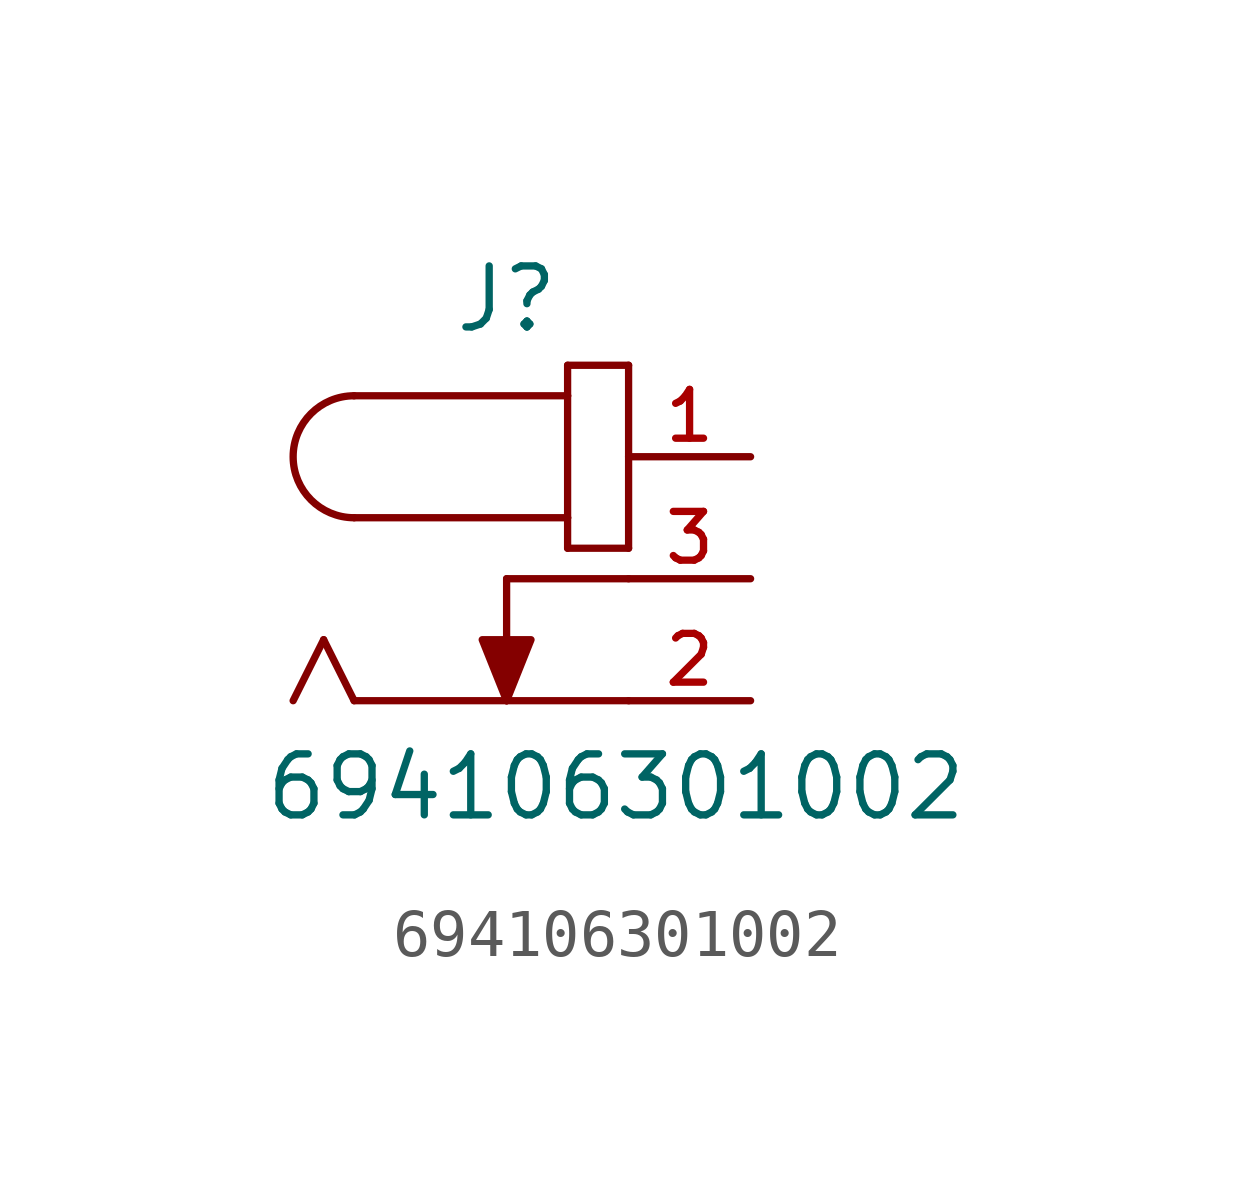
<source format=kicad_sym>
(kicad_symbol_lib
  (version 20211014)
  (generator kicad_symbol_editor)
  (symbol "694106301002"
    (pin_names
      (offset 1.016))
    (property "Reference" "J"
      (at 0.0 2.54 0)
      (effects (font (size 1.27 1.27)) (justify bottom)))
    (property "Value" "694106301002"
      (at -5.08 -7.62 0)
      (effects (font (size 1.27 1.27)) (justify bottom left)))
    (symbol "694106301002_0_0"
      (arc (start -3.175 1.27) (mid -4.445 -0.0) (end -3.175 -1.27) (stroke (width 0.1524) (type default) (color 0 0 0 0)) (fill (type none)))
      (polyline (pts (xy -3.175 1.27) (xy 1.27 1.27)) (stroke (width 0.152)))
      (polyline (pts (xy 1.27 1.27) (xy 1.27 -1.27)) (stroke (width 0.152)))
      (polyline (pts (xy 1.27 -1.27) (xy -3.175 -1.27)) (stroke (width 0.152)))
      (polyline (pts (xy 1.27 -1.27) (xy 1.27 -1.905)) (stroke (width 0.152)))
      (polyline (pts (xy 1.27 -1.905) (xy 2.54 -1.905)) (stroke (width 0.152)))
      (polyline (pts (xy 2.54 -1.905) (xy 2.54 1.905)) (stroke (width 0.152)))
      (polyline (pts (xy 2.54 1.905) (xy 1.27 1.905)) (stroke (width 0.152)))
      (polyline (pts (xy 1.27 1.905) (xy 1.27 1.27)) (stroke (width 0.152)))
      (polyline (pts (xy 0.0 -5.08) (xy -3.175 -5.08)) (stroke (width 0.152)))
      (polyline (pts (xy -3.175 -5.08) (xy -3.81 -3.81)) (stroke (width 0.152)))
      (polyline (pts (xy -3.81 -3.81) (xy -4.445 -5.08)) (stroke (width 0.152)))
      (polyline (pts (xy 0.0 -2.54) (xy 0.0 -5.08)) (stroke (width 0.152)))
      (polyline (pts (xy 2.54 -5.08) (xy 0.0 -5.08)) (stroke (width 0.152)))
      (polyline (pts (xy 0.0 -2.54) (xy 2.54 -2.54)) (stroke (width 0.152)))
      (polyline (pts (xy 0.0 -5.08) (xy -0.508 -3.81) (xy 0.508 -3.81) (xy 0.0 -5.08)) (stroke (width 0.152)) (fill (type outline)))
      (pin passive line (at 5.08 0.0 180.0) (length 2.54) (name "~" (effects (font (size 1.016 1.016)))) (number "1" (effects (font (size 1.016 1.016)))))
      (pin passive line (at 5.08 -5.08 180.0) (length 2.54) (name "~" (effects (font (size 1.016 1.016)))) (number "2" (effects (font (size 1.016 1.016)))))
      (pin passive line (at 5.08 -2.54 180.0) (length 2.54) (name "~" (effects (font (size 1.016 1.016)))) (number "3" (effects (font (size 1.016 1.016))))))))
</source>
